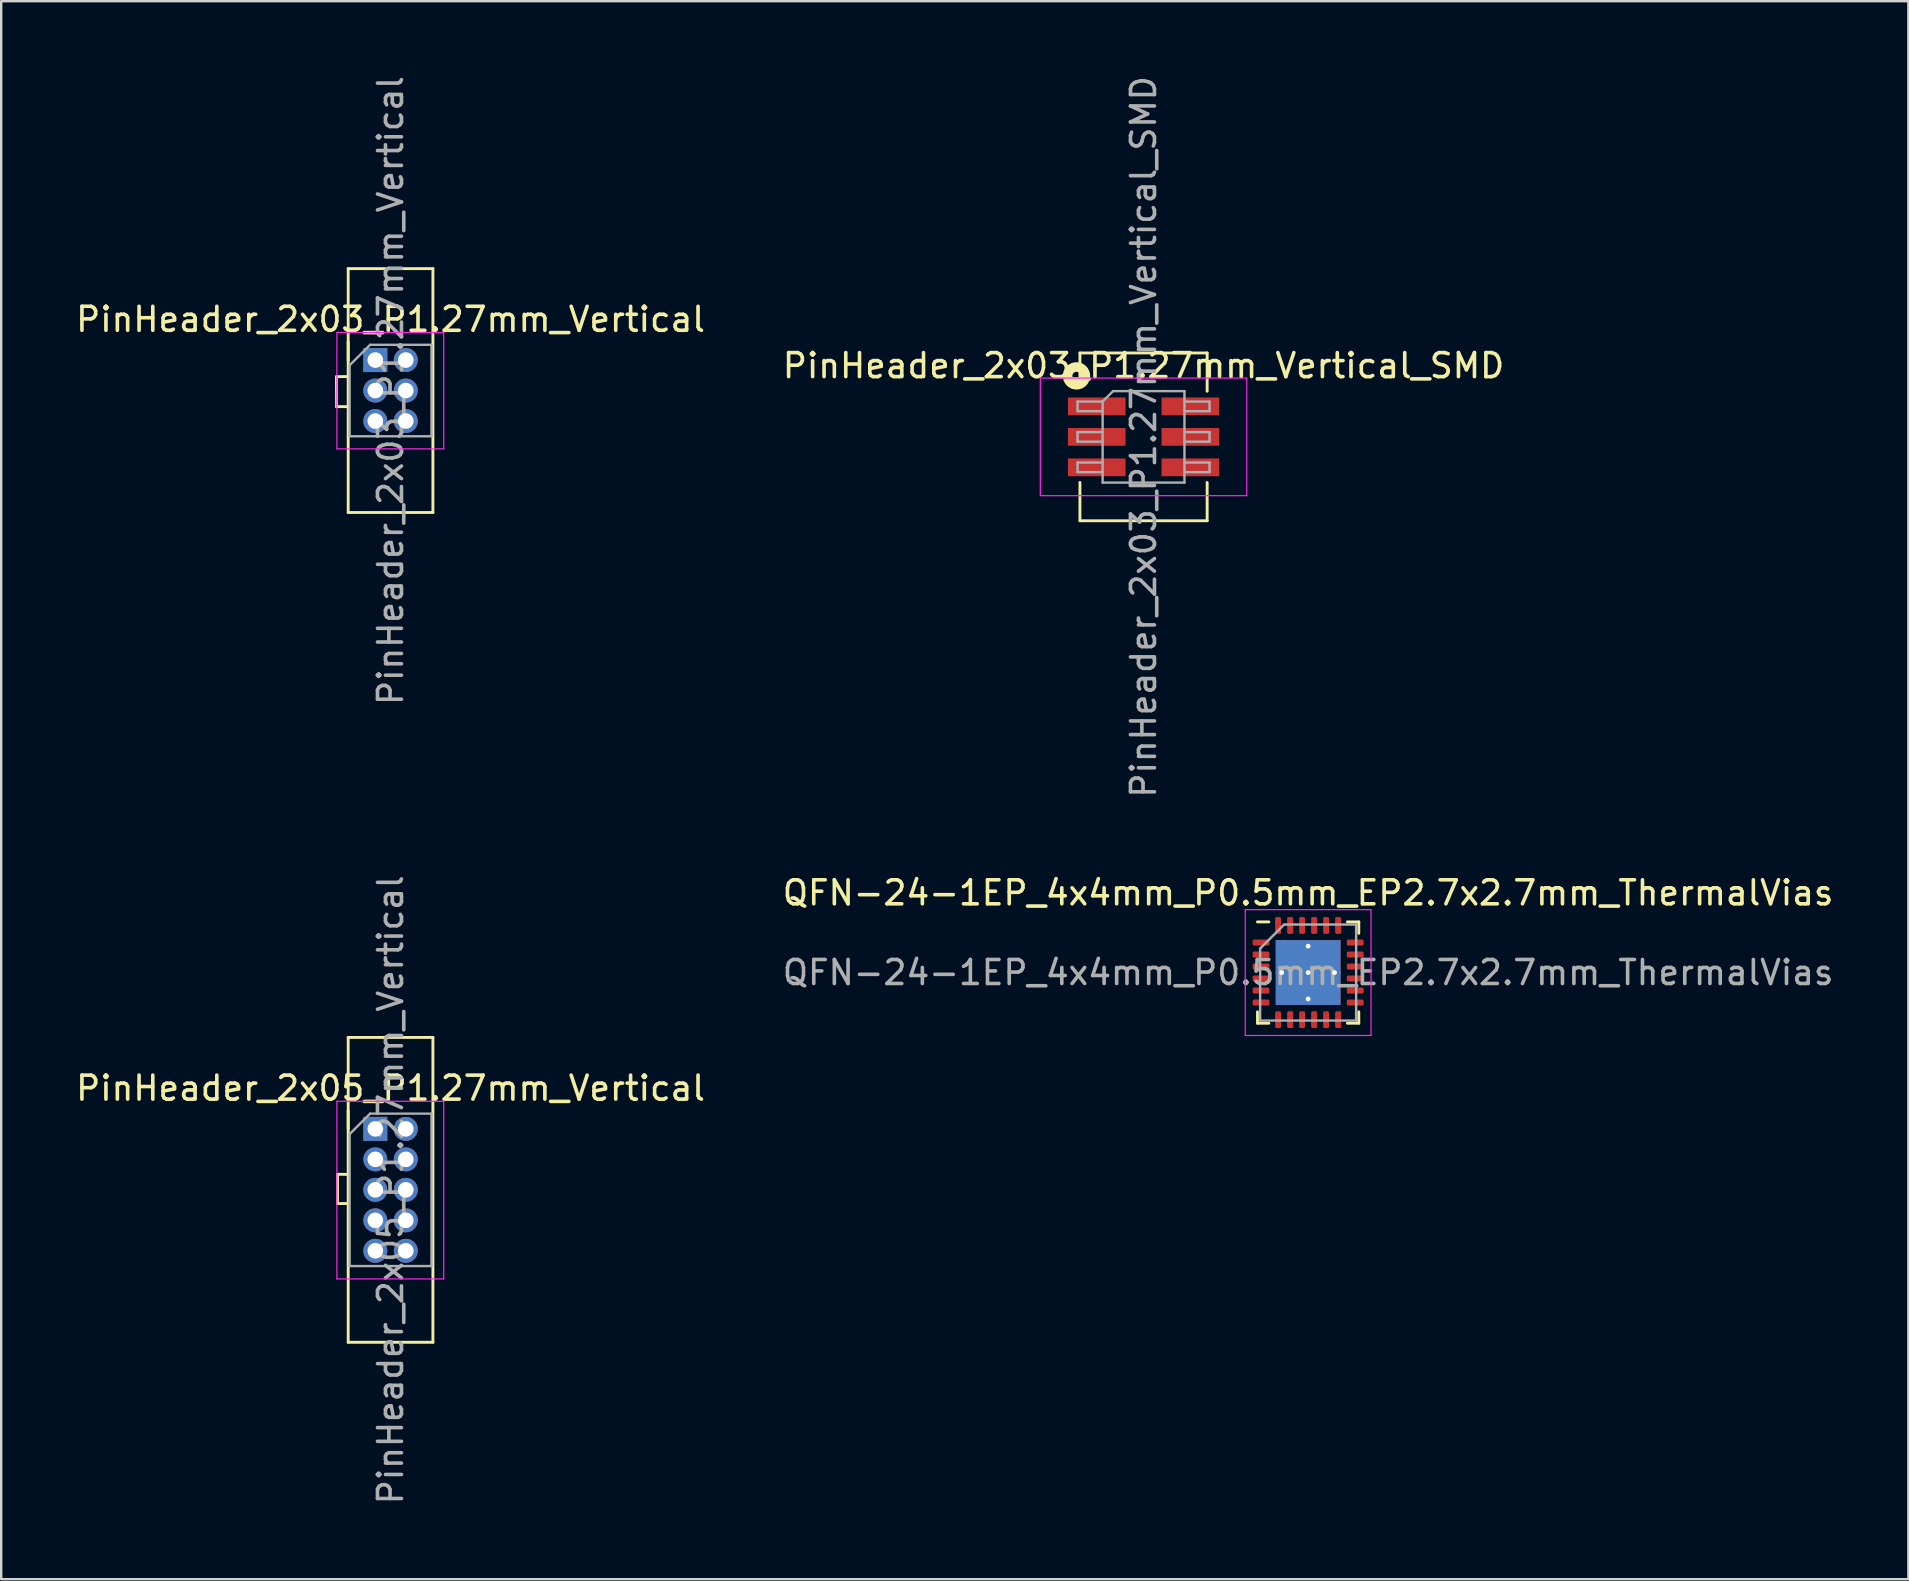
<source format=kicad_pcb>
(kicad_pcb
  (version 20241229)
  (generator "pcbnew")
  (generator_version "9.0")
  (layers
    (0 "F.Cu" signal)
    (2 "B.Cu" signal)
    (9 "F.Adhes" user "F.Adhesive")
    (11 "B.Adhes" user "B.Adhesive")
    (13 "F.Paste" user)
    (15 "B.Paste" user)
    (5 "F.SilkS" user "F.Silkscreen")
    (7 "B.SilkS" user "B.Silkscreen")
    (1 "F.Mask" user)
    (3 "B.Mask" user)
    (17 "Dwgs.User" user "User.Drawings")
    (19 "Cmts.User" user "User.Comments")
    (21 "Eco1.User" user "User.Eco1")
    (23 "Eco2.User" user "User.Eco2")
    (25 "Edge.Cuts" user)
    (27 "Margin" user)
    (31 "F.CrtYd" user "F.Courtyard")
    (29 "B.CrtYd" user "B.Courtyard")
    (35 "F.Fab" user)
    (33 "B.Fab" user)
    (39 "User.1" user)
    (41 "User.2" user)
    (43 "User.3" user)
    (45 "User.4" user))
  (footprint "PinHeader_2x03_P1.27mm_Vertical"
    (layer "F.Cu")
    (at 12.585 11.95)
    (property "Reference" "PinHeader_2x03_P1.27mm_Vertical" (at 0.635 -1.695 0) (layer "F.SilkS") (effects (font (size 1 1) (thickness 0.15))))
    (attr through_hole)
    (fp_line (start -1.618 0.691) (end -1.613 1.941) (stroke (width 0.12) (type solid)) (layer "F.SilkS"))
    (fp_line (start -1.613 1.941) (end -1.146 1.941) (stroke (width 0.12) (type solid)) (layer "F.SilkS"))
    (fp_line (start -1.148 0.686) (end -1.618 0.691) (stroke (width 0.12) (type solid)) (layer "F.SilkS"))
    (fp_line (start -1.13 -3.81) (end -1.13 6.35) (stroke (width 0.12) (type solid)) (layer "F.SilkS"))
    (fp_line (start -1.13 -3.81) (end 2.4 -3.81) (stroke (width 0.12) (type solid)) (layer "F.SilkS"))
    (fp_line (start -1.13 0) (end -1.13 -0.76) (stroke (width 0.12) (type solid)) (layer "F.SilkS"))
    (fp_line (start -1.13 6.35) (end 2.4 6.35) (stroke (width 0.12) (type solid)) (layer "F.SilkS"))
    (fp_line (start 2.4 -3.81) (end 2.4 6.35) (stroke (width 0.12) (type solid)) (layer "F.SilkS"))
    (fp_line (start -1.6 -1.15) (end -1.6 3.7) (stroke (width 0.05) (type solid)) (layer "F.CrtYd"))
    (fp_line (start -1.6 3.7) (end 2.85 3.7) (stroke (width 0.05) (type solid)) (layer "F.CrtYd"))
    (fp_line (start 2.85 -1.15) (end -1.6 -1.15) (stroke (width 0.05) (type solid)) (layer "F.CrtYd"))
    (fp_line (start 2.85 3.7) (end 2.85 -1.15) (stroke (width 0.05) (type solid)) (layer "F.CrtYd"))
    (fp_line (start -1.07 0.217) (end -0.217 -0.635) (stroke (width 0.1) (type solid)) (layer "F.Fab"))
    (fp_line (start -1.07 3.175) (end -1.07 0.217) (stroke (width 0.1) (type solid)) (layer "F.Fab"))
    (fp_line (start -0.217 -0.635) (end 2.34 -0.635) (stroke (width 0.1) (type solid)) (layer "F.Fab"))
    (fp_line (start 2.34 -0.635) (end 2.34 3.175) (stroke (width 0.1) (type solid)) (layer "F.Fab"))
    (fp_line (start 2.34 3.175) (end -1.07 3.175) (stroke (width 0.1) (type solid)) (layer "F.Fab"))
    (fp_text user "${REFERENCE}" (at 0.635 1.27 90) (layer "F.Fab") (effects (font (size 1 1) (thickness 0.15))))
    (pad "1" thru_hole rect (at 0 0) (size 1 1) (drill 0.65) (layers "*.Cu" "*.Mask"))
    (pad "2" thru_hole oval (at 1.27 0) (size 1 1) (drill 0.65) (layers "*.Cu" "*.Mask"))
    (pad "3" thru_hole oval (at 0 1.27) (size 1 1) (drill 0.65) (layers "*.Cu" "*.Mask"))
    (pad "4" thru_hole oval (at 1.27 1.27) (size 1 1) (drill 0.65) (layers "*.Cu" "*.Mask"))
    (pad "5" thru_hole oval (at 0 2.54) (size 1 1) (drill 0.65) (layers "*.Cu" "*.Mask"))
    (pad "6" thru_hole oval (at 1.27 2.54) (size 1 1) (drill 0.65) (layers "*.Cu" "*.Mask")))
  (footprint "PinHeader_2x03_P1.27mm_Vertical_SMD"
    (layer "F.Cu")
    (at 44.589 15.149)
    (property "Reference" "PinHeader_2x03_P1.27mm_Vertical_SMD" (at 0 -2.965 0) (layer "F.SilkS") (effects (font (size 1 1) (thickness 0.15))))
    (attr smd)
    (fp_line (start -2.65 -3.495) (end -2.65 -2.4) (stroke (width 0.12) (type solid)) (layer "F.SilkS"))
    (fp_line (start -2.65 -3.495) (end 2.65 -3.495) (stroke (width 0.12) (type solid)) (layer "F.SilkS"))
    (fp_line (start -2.65 1.9) (end -2.65 3.495) (stroke (width 0.12) (type solid)) (layer "F.SilkS"))
    (fp_line (start -2.65 3.495) (end 2.65 3.495) (stroke (width 0.12) (type solid)) (layer "F.SilkS"))
    (fp_line (start 2.65 -3.495) (end 2.65 -1.9) (stroke (width 0.12) (type solid)) (layer "F.SilkS"))
    (fp_line (start 2.65 1.9) (end 2.65 3.495) (stroke (width 0.12) (type solid)) (layer "F.SilkS"))
    (fp_circle (center -2.794 -2.54) (end -2.624 -2.54) (stroke (width 0.4) (type solid)) (fill no) (layer "F.SilkS"))
    (fp_line (start -4.3 -2.45) (end -4.3 2.45) (stroke (width 0.05) (type solid)) (layer "F.CrtYd"))
    (fp_line (start -4.3 2.45) (end 4.3 2.45) (stroke (width 0.05) (type solid)) (layer "F.CrtYd"))
    (fp_line (start 4.3 -2.45) (end -4.3 -2.45) (stroke (width 0.05) (type solid)) (layer "F.CrtYd"))
    (fp_line (start 4.3 2.45) (end 4.3 -2.45) (stroke (width 0.05) (type solid)) (layer "F.CrtYd"))
    (fp_line (start -2.75 -1.47) (end -2.75 -1.07) (stroke (width 0.1) (type solid)) (layer "F.Fab"))
    (fp_line (start -2.75 -1.07) (end -1.705 -1.07) (stroke (width 0.1) (type solid)) (layer "F.Fab"))
    (fp_line (start -2.75 -0.2) (end -2.75 0.2) (stroke (width 0.1) (type solid)) (layer "F.Fab"))
    (fp_line (start -2.75 0.2) (end -1.705 0.2) (stroke (width 0.1) (type solid)) (layer "F.Fab"))
    (fp_line (start -2.75 1.07) (end -2.75 1.47) (stroke (width 0.1) (type solid)) (layer "F.Fab"))
    (fp_line (start -2.75 1.47) (end -1.705 1.47) (stroke (width 0.1) (type solid)) (layer "F.Fab"))
    (fp_line (start -1.705 -1.47) (end -2.75 -1.47) (stroke (width 0.1) (type solid)) (layer "F.Fab"))
    (fp_line (start -1.705 -1.47) (end -1.27 -1.905) (stroke (width 0.1) (type solid)) (layer "F.Fab"))
    (fp_line (start -1.705 -0.2) (end -2.75 -0.2) (stroke (width 0.1) (type solid)) (layer "F.Fab"))
    (fp_line (start -1.705 1.07) (end -2.75 1.07) (stroke (width 0.1) (type solid)) (layer "F.Fab"))
    (fp_line (start -1.705 1.905) (end -1.705 -1.47) (stroke (width 0.1) (type solid)) (layer "F.Fab"))
    (fp_line (start -1.27 -1.905) (end 1.705 -1.905) (stroke (width 0.1) (type solid)) (layer "F.Fab"))
    (fp_line (start 1.705 -1.905) (end 1.705 1.905) (stroke (width 0.1) (type solid)) (layer "F.Fab"))
    (fp_line (start 1.705 -1.47) (end 2.75 -1.47) (stroke (width 0.1) (type solid)) (layer "F.Fab"))
    (fp_line (start 1.705 -0.2) (end 2.75 -0.2) (stroke (width 0.1) (type solid)) (layer "F.Fab"))
    (fp_line (start 1.705 1.07) (end 2.75 1.07) (stroke (width 0.1) (type solid)) (layer "F.Fab"))
    (fp_line (start 1.705 1.905) (end -1.705 1.905) (stroke (width 0.1) (type solid)) (layer "F.Fab"))
    (fp_line (start 2.75 -1.47) (end 2.75 -1.07) (stroke (width 0.1) (type solid)) (layer "F.Fab"))
    (fp_line (start 2.75 -1.07) (end 1.705 -1.07) (stroke (width 0.1) (type solid)) (layer "F.Fab"))
    (fp_line (start 2.75 -0.2) (end 2.75 0.2) (stroke (width 0.1) (type solid)) (layer "F.Fab"))
    (fp_line (start 2.75 0.2) (end 1.705 0.2) (stroke (width 0.1) (type solid)) (layer "F.Fab"))
    (fp_line (start 2.75 1.07) (end 2.75 1.47) (stroke (width 0.1) (type solid)) (layer "F.Fab"))
    (fp_line (start 2.75 1.47) (end 1.705 1.47) (stroke (width 0.1) (type solid)) (layer "F.Fab"))
    (fp_text user "${REFERENCE}" (at 0 0 90) (layer "F.Fab") (effects (font (size 1 1) (thickness 0.15))))
    (pad "1" smd rect (at -1.95 -1.27) (size 2.4 0.74) (layers "F.Cu" "F.Mask" "F.Paste"))
    (pad "2" smd rect (at 1.95 -1.27) (size 2.4 0.74) (layers "F.Cu" "F.Mask" "F.Paste"))
    (pad "3" smd rect (at -1.95 0) (size 2.4 0.74) (layers "F.Cu" "F.Mask" "F.Paste"))
    (pad "4" smd rect (at 1.95 0) (size 2.4 0.74) (layers "F.Cu" "F.Mask" "F.Paste"))
    (pad "5" smd rect (at -1.95 1.27) (size 2.4 0.74) (layers "F.Cu" "F.Mask" "F.Paste"))
    (pad "6" smd rect (at 1.95 1.27) (size 2.4 0.74) (layers "F.Cu" "F.Mask" "F.Paste")))
  (footprint "PinHeader_2x05_P1.27mm_Vertical"
    (layer "F.Cu")
    (at 13.855 46.518)
    (property "Reference" "PinHeader_2x05_P1.27mm_Vertical" (at -0.635 -4.235 0) (layer "F.SilkS") (effects (font (size 1 1) (thickness 0.15))))
    (attr through_hole)
    (fp_line (start -2.845 -0.648) (end -2.845 0.572) (stroke (width 0.12) (type solid)) (layer "F.SilkS"))
    (fp_line (start -2.845 0.572) (end -2.433 0.569) (stroke (width 0.12) (type solid)) (layer "F.SilkS"))
    (fp_line (start -2.431 -0.645) (end -2.845 -0.648) (stroke (width 0.12) (type solid)) (layer "F.SilkS"))
    (fp_line (start -2.4 -6.35) (end -2.4 6.35) (stroke (width 0.12) (type solid)) (layer "F.SilkS"))
    (fp_line (start -2.4 -6.35) (end 1.13 -6.35) (stroke (width 0.12) (type solid)) (layer "F.SilkS"))
    (fp_line (start -2.4 -2.54) (end -2.4 -3.3) (stroke (width 0.12) (type solid)) (layer "F.SilkS"))
    (fp_line (start -2.4 6.35) (end 1.13 6.35) (stroke (width 0.12) (type solid)) (layer "F.SilkS"))
    (fp_line (start 1.13 -6.35) (end 1.13 6.35) (stroke (width 0.12) (type solid)) (layer "F.SilkS"))
    (fp_line (start -2.87 -3.69) (end -2.87 3.71) (stroke (width 0.05) (type solid)) (layer "F.CrtYd"))
    (fp_line (start -2.87 3.71) (end 1.58 3.71) (stroke (width 0.05) (type solid)) (layer "F.CrtYd"))
    (fp_line (start 1.58 -3.69) (end -2.87 -3.69) (stroke (width 0.05) (type solid)) (layer "F.CrtYd"))
    (fp_line (start 1.58 3.71) (end 1.58 -3.69) (stroke (width 0.05) (type solid)) (layer "F.CrtYd"))
    (fp_line (start -2.34 -2.322) (end -1.488 -3.175) (stroke (width 0.1) (type solid)) (layer "F.Fab"))
    (fp_line (start -2.34 3.175) (end -2.34 -2.322) (stroke (width 0.1) (type solid)) (layer "F.Fab"))
    (fp_line (start -1.488 -3.175) (end 1.07 -3.175) (stroke (width 0.1) (type solid)) (layer "F.Fab"))
    (fp_line (start 1.07 -3.175) (end 1.07 3.175) (stroke (width 0.1) (type solid)) (layer "F.Fab"))
    (fp_line (start 1.07 3.175) (end -2.34 3.175) (stroke (width 0.1) (type solid)) (layer "F.Fab"))
    (fp_text user "${REFERENCE}" (at -0.635 0 90) (layer "F.Fab") (effects (font (size 1 1) (thickness 0.15))))
    (pad "1" thru_hole rect (at -1.27 -2.54) (size 1 1) (drill 0.65) (layers "*.Cu" "*.Mask"))
    (pad "2" thru_hole oval (at 0 -2.54) (size 1 1) (drill 0.65) (layers "*.Cu" "*.Mask"))
    (pad "3" thru_hole oval (at -1.27 -1.27) (size 1 1) (drill 0.65) (layers "*.Cu" "*.Mask"))
    (pad "4" thru_hole oval (at 0 -1.27) (size 1 1) (drill 0.65) (layers "*.Cu" "*.Mask"))
    (pad "5" thru_hole oval (at -1.27 0) (size 1 1) (drill 0.65) (layers "*.Cu" "*.Mask"))
    (pad "6" thru_hole oval (at 0 0) (size 1 1) (drill 0.65) (layers "*.Cu" "*.Mask"))
    (pad "7" thru_hole oval (at -1.27 1.27) (size 1 1) (drill 0.65) (layers "*.Cu" "*.Mask"))
    (pad "8" thru_hole oval (at 0 1.27) (size 1 1) (drill 0.65) (layers "*.Cu" "*.Mask"))
    (pad "9" thru_hole oval (at -1.27 2.54) (size 1 1) (drill 0.65) (layers "*.Cu" "*.Mask"))
    (pad "10" thru_hole oval (at 0 2.54) (size 1 1) (drill 0.65) (layers "*.Cu" "*.Mask")))
  (footprint "QFN-24-1EP_4x4mm_P0.5mm_EP2.7x2.7mm_ThermalVias"
    (layer "F.Cu")
    (at 51.446 37.466)
    (property "Reference" "QFN-24-1EP_4x4mm_P0.5mm_EP2.7x2.7mm_ThermalVias" (at 0 -3.32 0) (layer "F.SilkS") (effects (font (size 1 1) (thickness 0.15))))
    (attr smd)
    (fp_line (start -2.11 2.11) (end -2.11 1.635) (stroke (width 0.12) (type solid)) (layer "F.SilkS"))
    (fp_line (start -1.635 -2.11) (end -2.11 -2.11) (stroke (width 0.12) (type solid)) (layer "F.SilkS"))
    (fp_line (start -1.635 2.11) (end -2.11 2.11) (stroke (width 0.12) (type solid)) (layer "F.SilkS"))
    (fp_line (start 1.635 -2.11) (end 2.11 -2.11) (stroke (width 0.12) (type solid)) (layer "F.SilkS"))
    (fp_line (start 1.635 2.11) (end 2.11 2.11) (stroke (width 0.12) (type solid)) (layer "F.SilkS"))
    (fp_line (start 2.11 -2.11) (end 2.11 -1.635) (stroke (width 0.12) (type solid)) (layer "F.SilkS"))
    (fp_line (start 2.11 2.11) (end 2.11 1.635) (stroke (width 0.12) (type solid)) (layer "F.SilkS"))
    (fp_line (start -2.62 -2.62) (end -2.62 2.62) (stroke (width 0.05) (type solid)) (layer "F.CrtYd"))
    (fp_line (start -2.62 2.62) (end 2.62 2.62) (stroke (width 0.05) (type solid)) (layer "F.CrtYd"))
    (fp_line (start 2.62 -2.62) (end -2.62 -2.62) (stroke (width 0.05) (type solid)) (layer "F.CrtYd"))
    (fp_line (start 2.62 2.62) (end 2.62 -2.62) (stroke (width 0.05) (type solid)) (layer "F.CrtYd"))
    (fp_line (start -2 -1) (end -1 -2) (stroke (width 0.1) (type solid)) (layer "F.Fab"))
    (fp_line (start -2 2) (end -2 -1) (stroke (width 0.1) (type solid)) (layer "F.Fab"))
    (fp_line (start -1 -2) (end 2 -2) (stroke (width 0.1) (type solid)) (layer "F.Fab"))
    (fp_line (start 2 -2) (end 2 2) (stroke (width 0.1) (type solid)) (layer "F.Fab"))
    (fp_line (start 2 2) (end -2 2) (stroke (width 0.1) (type solid)) (layer "F.Fab"))
    (fp_text user "${REFERENCE}" (at 0 0 0) (layer "F.Fab") (effects (font (size 1 1) (thickness 0.15))))
    (pad "" smd roundrect (at -0.675 -0.675) (size 1.17 1.17) (layers "F.Paste") (roundrect_rratio 0.214))
    (pad "" smd roundrect (at -0.675 0.675) (size 1.17 1.17) (layers "F.Paste") (roundrect_rratio 0.214))
    (pad "" smd roundrect (at 0.675 -0.675) (size 1.17 1.17) (layers "F.Paste") (roundrect_rratio 0.214))
    (pad "" smd roundrect (at 0.675 0.675) (size 1.17 1.17) (layers "F.Paste") (roundrect_rratio 0.214))
    (pad "1" smd roundrect (at -1.962 -1.25) (size 0.7 0.25) (layers "F.Cu" "F.Mask" "F.Paste") (roundrect_rratio 0.25))
    (pad "2" smd roundrect (at -1.962 -0.75) (size 0.7 0.25) (layers "F.Cu" "F.Mask" "F.Paste") (roundrect_rratio 0.25))
    (pad "3" smd roundrect (at -1.962 -0.25) (size 0.7 0.25) (layers "F.Cu" "F.Mask" "F.Paste") (roundrect_rratio 0.25))
    (pad "4" smd roundrect (at -1.962 0.25) (size 0.7 0.25) (layers "F.Cu" "F.Mask" "F.Paste") (roundrect_rratio 0.25))
    (pad "5" smd roundrect (at -1.962 0.75) (size 0.7 0.25) (layers "F.Cu" "F.Mask" "F.Paste") (roundrect_rratio 0.25))
    (pad "6" smd roundrect (at -1.962 1.25) (size 0.7 0.25) (layers "F.Cu" "F.Mask" "F.Paste") (roundrect_rratio 0.25))
    (pad "7" smd roundrect (at -1.25 1.962) (size 0.25 0.7) (layers "F.Cu" "F.Mask" "F.Paste") (roundrect_rratio 0.25))
    (pad "8" smd roundrect (at -0.75 1.962) (size 0.25 0.7) (layers "F.Cu" "F.Mask" "F.Paste") (roundrect_rratio 0.25))
    (pad "9" smd roundrect (at -0.25 1.962) (size 0.25 0.7) (layers "F.Cu" "F.Mask" "F.Paste") (roundrect_rratio 0.25))
    (pad "10" smd roundrect (at 0.25 1.962) (size 0.25 0.7) (layers "F.Cu" "F.Mask" "F.Paste") (roundrect_rratio 0.25))
    (pad "11" smd roundrect (at 0.75 1.962) (size 0.25 0.7) (layers "F.Cu" "F.Mask" "F.Paste") (roundrect_rratio 0.25))
    (pad "12" smd roundrect (at 1.25 1.962) (size 0.25 0.7) (layers "F.Cu" "F.Mask" "F.Paste") (roundrect_rratio 0.25))
    (pad "13" smd roundrect (at 1.962 1.25) (size 0.7 0.25) (layers "F.Cu" "F.Mask" "F.Paste") (roundrect_rratio 0.25))
    (pad "14" smd roundrect (at 1.962 0.75) (size 0.7 0.25) (layers "F.Cu" "F.Mask" "F.Paste") (roundrect_rratio 0.25))
    (pad "15" smd roundrect (at 1.962 0.25) (size 0.7 0.25) (layers "F.Cu" "F.Mask" "F.Paste") (roundrect_rratio 0.25))
    (pad "16" smd roundrect (at 1.962 -0.25) (size 0.7 0.25) (layers "F.Cu" "F.Mask" "F.Paste") (roundrect_rratio 0.25))
    (pad "17" smd roundrect (at 1.962 -0.75) (size 0.7 0.25) (layers "F.Cu" "F.Mask" "F.Paste") (roundrect_rratio 0.25))
    (pad "18" smd roundrect (at 1.962 -1.25) (size 0.7 0.25) (layers "F.Cu" "F.Mask" "F.Paste") (roundrect_rratio 0.25))
    (pad "19" smd roundrect (at 1.25 -1.962) (size 0.25 0.7) (layers "F.Cu" "F.Mask" "F.Paste") (roundrect_rratio 0.25))
    (pad "20" smd roundrect (at 0.75 -1.962) (size 0.25 0.7) (layers "F.Cu" "F.Mask" "F.Paste") (roundrect_rratio 0.25))
    (pad "21" smd roundrect (at 0.25 -1.962) (size 0.25 0.7) (layers "F.Cu" "F.Mask" "F.Paste") (roundrect_rratio 0.25))
    (pad "22" smd roundrect (at -0.25 -1.962) (size 0.25 0.7) (layers "F.Cu" "F.Mask" "F.Paste") (roundrect_rratio 0.25))
    (pad "23" smd roundrect (at -0.75 -1.962) (size 0.25 0.7) (layers "F.Cu" "F.Mask" "F.Paste") (roundrect_rratio 0.25))
    (pad "24" smd roundrect (at -1.25 -1.962) (size 0.25 0.7) (layers "F.Cu" "F.Mask" "F.Paste") (roundrect_rratio 0.25))
    (pad "25" thru_hole circle (at -1.1 0) (size 0.5 0.5) (drill 0.2) (layers "*.Cu"))
    (pad "25" thru_hole circle (at 0 -1.1) (size 0.5 0.5) (drill 0.2) (layers "*.Cu"))
    (pad "25" thru_hole circle (at 0 0) (size 0.5 0.5) (drill 0.2) (layers "*.Cu"))
    (pad "25" smd rect (at 0 0) (size 2.7 2.7) (layers "F.Cu" "F.Mask"))
    (pad "25" smd rect (at 0 0) (size 2.7 2.7) (layers "B.Cu"))
    (pad "25" thru_hole circle (at 0 1.1) (size 0.5 0.5) (drill 0.2) (layers "*.Cu"))
    (pad "25" thru_hole circle (at 1.1 0) (size 0.5 0.5) (drill 0.2) (layers "*.Cu")))
  (gr_rect
    (start -3 -3)
    (end 76.452 62.738)
    (stroke (width 0.1) (type default))
    (fill no)
    (layer "Edge.Cuts")))
</source>
